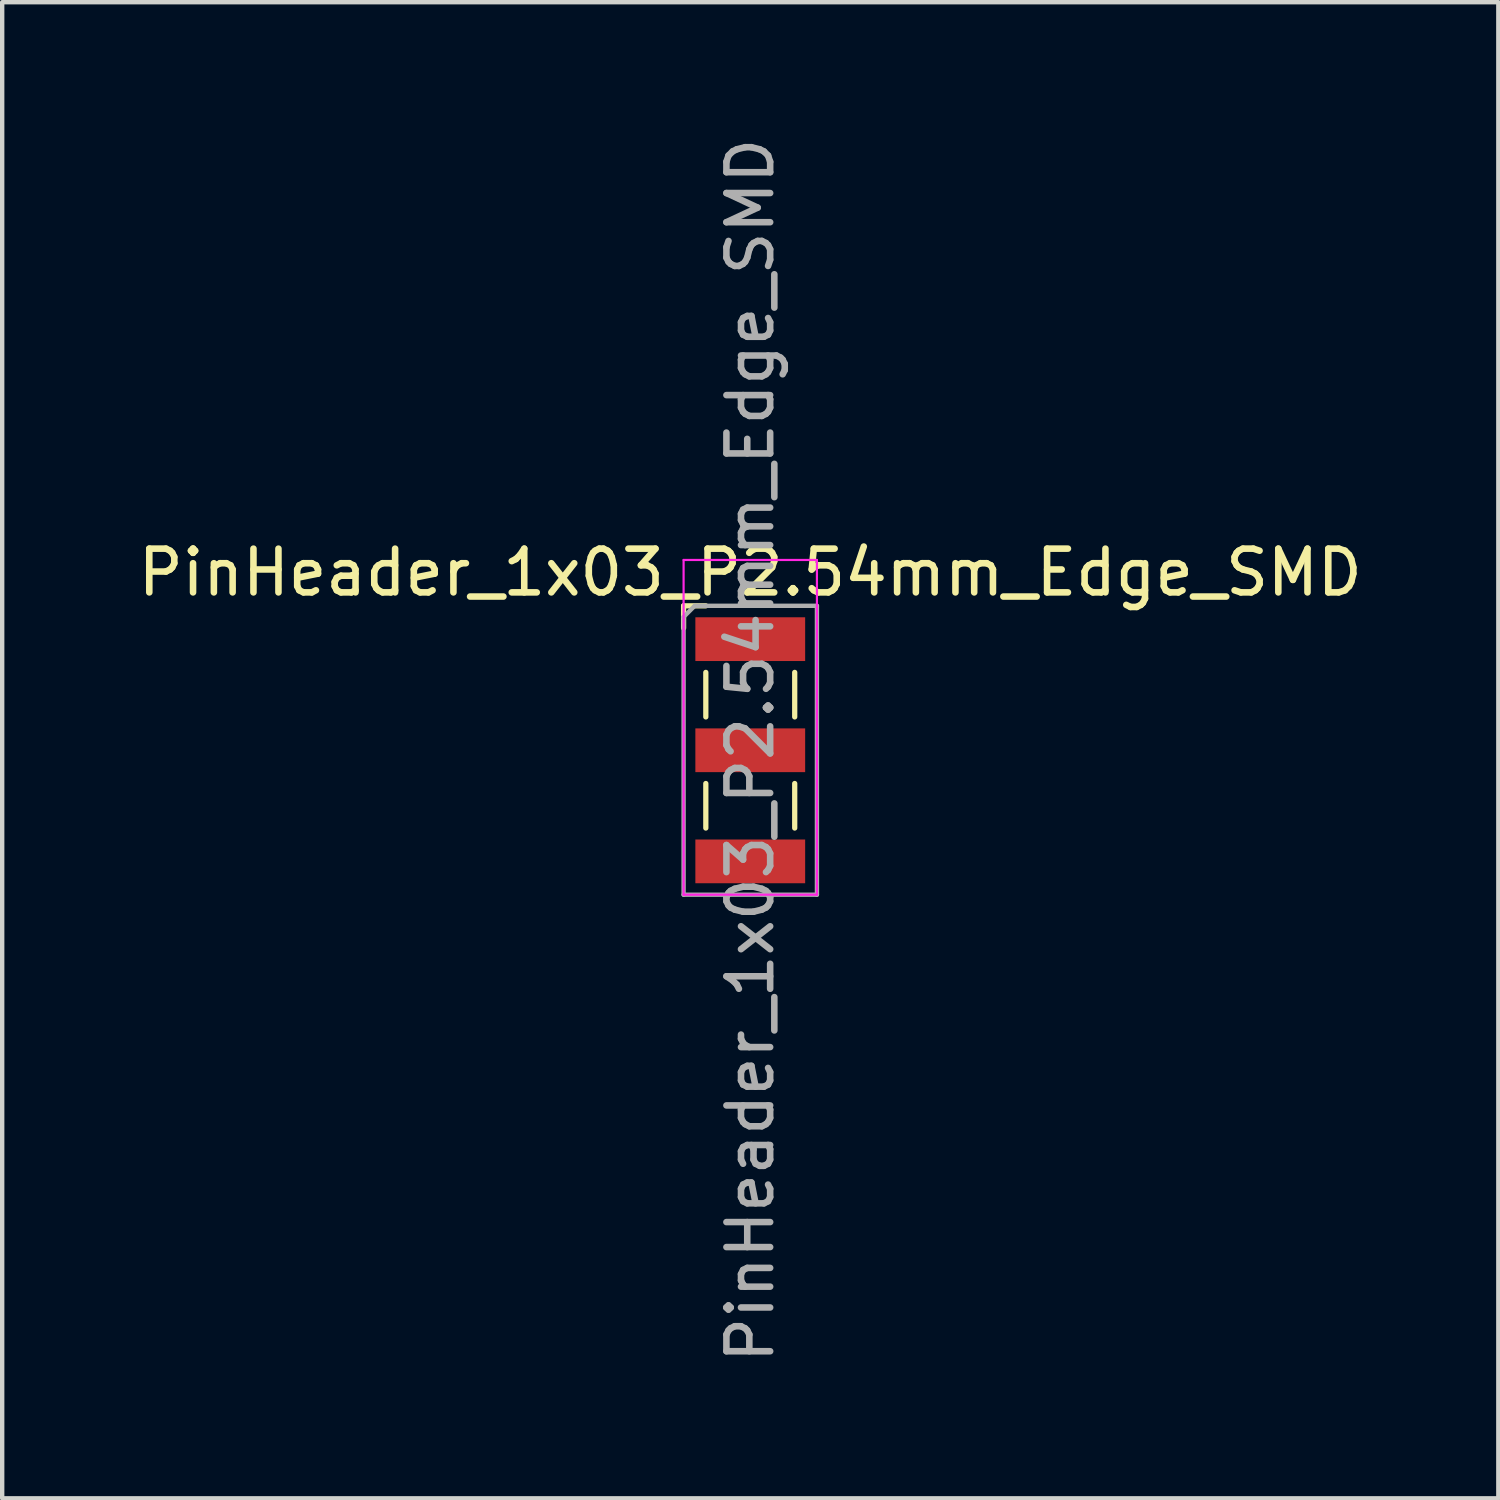
<source format=kicad_pcb>
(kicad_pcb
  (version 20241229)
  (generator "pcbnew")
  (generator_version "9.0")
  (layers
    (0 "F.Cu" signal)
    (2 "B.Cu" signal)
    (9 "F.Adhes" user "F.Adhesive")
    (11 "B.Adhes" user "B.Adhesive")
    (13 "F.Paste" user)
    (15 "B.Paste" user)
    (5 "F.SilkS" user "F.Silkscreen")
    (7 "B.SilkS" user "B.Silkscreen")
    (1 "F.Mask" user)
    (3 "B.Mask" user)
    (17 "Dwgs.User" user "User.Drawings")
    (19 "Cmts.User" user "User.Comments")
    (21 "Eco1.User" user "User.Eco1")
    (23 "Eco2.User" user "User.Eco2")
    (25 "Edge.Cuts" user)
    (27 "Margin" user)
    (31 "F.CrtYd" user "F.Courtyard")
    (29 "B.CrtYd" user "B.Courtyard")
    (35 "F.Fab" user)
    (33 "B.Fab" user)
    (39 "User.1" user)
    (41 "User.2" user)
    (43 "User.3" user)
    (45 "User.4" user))
  (footprint "PinHeader_1x03_P2.54mm_Edge_SMD"
    (layer "F.Cu")
    (at 14.101 14.101)
    (property "Reference" "PinHeader_1x03_P2.54mm_Edge_SMD" (at 0 -4.064 0) (layer "F.SilkS") (effects (font (size 1 1) (thickness 0.15))))
    (attr smd)
    (fp_line (start -1.524 -3.302) (end -1.524 -2.794) (stroke (width 0.12) (type solid)) (layer "F.SilkS"))
    (fp_line (start -1.016 -3.302) (end -1.524 -3.302) (stroke (width 0.12) (type solid)) (layer "F.SilkS"))
    (fp_line (start -1.016 -1.78) (end -1.016 -0.762) (stroke (width 0.12) (type solid)) (layer "F.SilkS"))
    (fp_line (start -1.016 0.76) (end -1.016 1.778) (stroke (width 0.12) (type solid)) (layer "F.SilkS"))
    (fp_line (start 1.016 -1.78) (end 1.016 -0.762) (stroke (width 0.12) (type solid)) (layer "F.SilkS"))
    (fp_line (start 1.016 0.76) (end 1.016 1.778) (stroke (width 0.12) (type solid)) (layer "F.SilkS"))
    (fp_line (start -1.524 -4.35) (end -1.524 3.302) (stroke (width 0.05) (type solid)) (layer "F.CrtYd"))
    (fp_line (start -1.524 3.302) (end 1.524 3.302) (stroke (width 0.05) (type solid)) (layer "F.CrtYd"))
    (fp_line (start 1.524 -4.35) (end -1.524 -4.35) (stroke (width 0.05) (type solid)) (layer "F.CrtYd"))
    (fp_line (start 1.524 3.302) (end 1.524 -4.35) (stroke (width 0.05) (type solid)) (layer "F.CrtYd"))
    (fp_line (start -1.524 -3.048) (end -1.27 -3.302) (stroke (width 0.1) (type solid)) (layer "F.Fab"))
    (fp_line (start -1.524 3.302) (end -1.524 -3.048) (stroke (width 0.1) (type solid)) (layer "F.Fab"))
    (fp_line (start -1.27 -3.302) (end 1.524 -3.302) (stroke (width 0.1) (type solid)) (layer "F.Fab"))
    (fp_line (start 1.524 -3.302) (end 1.524 3.302) (stroke (width 0.1) (type solid)) (layer "F.Fab"))
    (fp_line (start 1.524 3.302) (end -1.524 3.302) (stroke (width 0.1) (type solid)) (layer "F.Fab"))
    (fp_text user "${REFERENCE}" (at 0 0 90) (layer "F.Fab") (effects (font (size 1 1) (thickness 0.15))))
    (pad "1" smd rect (at 0 -2.54) (size 2.51 1) (layers "F.Cu" "F.Mask" "F.Paste"))
    (pad "2" smd rect (at 0 0) (size 2.51 1) (layers "F.Cu" "F.Mask" "F.Paste"))
    (pad "3" smd rect (at 0 2.54) (size 2.51 1) (layers "F.Cu" "F.Mask" "F.Paste")))
  (gr_rect
    (start -3 -3)
    (end 31.202 31.202)
    (stroke (width 0.1) (type default))
    (fill no)
    (layer "Edge.Cuts")))
</source>
